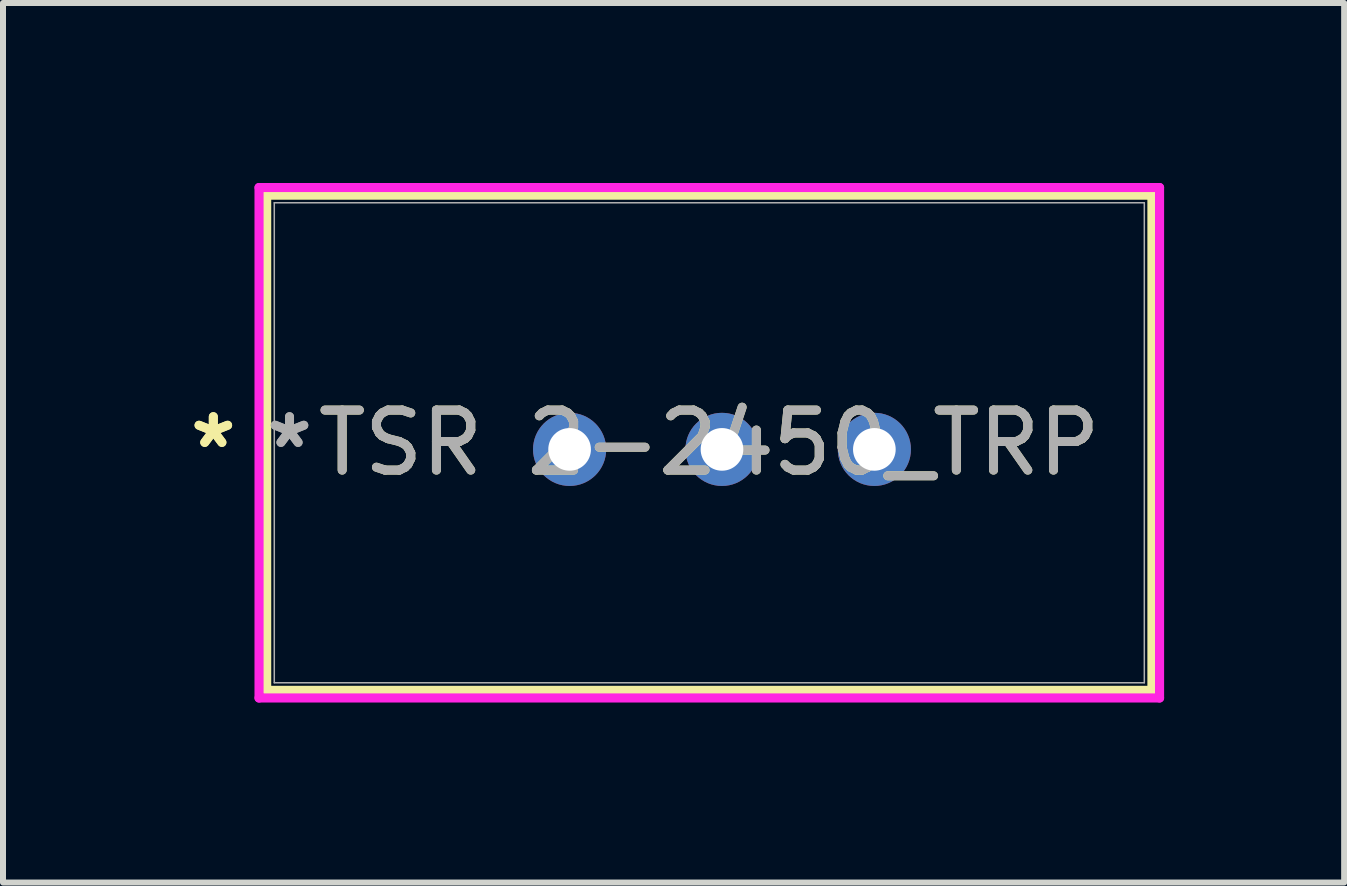
<source format=kicad_pcb>
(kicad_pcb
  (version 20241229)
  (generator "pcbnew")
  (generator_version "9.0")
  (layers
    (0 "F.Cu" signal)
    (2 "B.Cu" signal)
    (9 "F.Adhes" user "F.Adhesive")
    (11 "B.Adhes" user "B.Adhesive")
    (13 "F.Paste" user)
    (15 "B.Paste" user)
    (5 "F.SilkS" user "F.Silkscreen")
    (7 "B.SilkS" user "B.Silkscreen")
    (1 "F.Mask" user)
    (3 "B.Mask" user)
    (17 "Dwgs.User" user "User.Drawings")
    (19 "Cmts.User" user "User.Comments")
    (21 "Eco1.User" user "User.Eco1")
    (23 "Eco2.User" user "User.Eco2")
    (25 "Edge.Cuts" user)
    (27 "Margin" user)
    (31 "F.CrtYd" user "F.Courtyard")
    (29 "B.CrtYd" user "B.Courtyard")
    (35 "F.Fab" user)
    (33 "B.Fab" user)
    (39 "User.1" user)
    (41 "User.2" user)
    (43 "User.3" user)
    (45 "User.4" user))
  (footprint "TSR 2-2450_TRP"
    (layer "F.Cu")
    (at 6.445 4.441)
    (property "Reference" "TSR 2-2450_TRP" (at 2.328 -0.11 0) (unlocked yes) (layer "F.SilkS") (effects (font (size 1 1) (thickness 0.15))))
    (attr through_hole)
    (fp_line (start -5.05 -4.238) (end -5.05 4.017) (stroke (width 0.152) (type solid)) (layer "F.SilkS"))
    (fp_line (start -5.05 4.017) (end 9.707 4.017) (stroke (width 0.152) (type solid)) (layer "F.SilkS"))
    (fp_line (start 9.707 -4.238) (end -5.05 -4.238) (stroke (width 0.152) (type solid)) (layer "F.SilkS"))
    (fp_line (start 9.707 4.017) (end 9.707 -4.238) (stroke (width 0.152) (type solid)) (layer "F.SilkS"))
    (fp_line (start -5.177 -4.365) (end 9.834 -4.365) (stroke (width 0.152) (type solid)) (layer "F.CrtYd"))
    (fp_line (start -5.177 4.144) (end -5.177 -4.365) (stroke (width 0.152) (type solid)) (layer "F.CrtYd"))
    (fp_line (start 9.834 -4.365) (end 9.834 4.144) (stroke (width 0.152) (type solid)) (layer "F.CrtYd"))
    (fp_line (start 9.834 4.144) (end -5.177 4.144) (stroke (width 0.152) (type solid)) (layer "F.CrtYd"))
    (fp_line (start -4.923 -4.111) (end -4.923 3.89) (stroke (width 0.025) (type solid)) (layer "F.Fab"))
    (fp_line (start -4.923 3.89) (end 9.58 3.89) (stroke (width 0.025) (type solid)) (layer "F.Fab"))
    (fp_line (start 9.58 -4.111) (end -4.923 -4.111) (stroke (width 0.025) (type solid)) (layer "F.Fab"))
    (fp_line (start 9.58 3.89) (end 9.58 -4.111) (stroke (width 0.025) (type solid)) (layer "F.Fab"))
    (fp_text user "*" (at -5.939 0 0) (layer "F.SilkS") (effects (font (size 1 1) (thickness 0.15))))
    (fp_text user "*" (at -5.939 0 0) (unlocked yes) (layer "F.SilkS") (effects (font (size 1 1) (thickness 0.15))))
    (fp_text user "*" (at -4.669 0 0) (unlocked yes) (layer "F.Fab") (effects (font (size 1 1) (thickness 0.15))))
    (fp_text user "${REFERENCE}" (at 2.328 -0.11 0) (unlocked yes) (layer "F.Fab") (effects (font (size 1 1) (thickness 0.15))))
    (fp_text user "*" (at -4.669 0 0) (layer "F.Fab") (effects (font (size 1 1) (thickness 0.15))))
    (pad "1" thru_hole circle (at 0 0) (size 1.219 1.219) (drill 0.711) (layers "*.Cu" "*.Mask"))
    (pad "2" thru_hole circle (at 2.54 0) (size 1.219 1.219) (drill 0.711) (layers "*.Cu" "*.Mask"))
    (pad "3" thru_hole circle (at 5.08 0) (size 1.219 1.219) (drill 0.711) (layers "*.Cu" "*.Mask")))
  (gr_rect
    (start -3 -3)
    (end 19.356 11.661)
    (stroke (width 0.1) (type default))
    (fill no)
    (layer "Edge.Cuts")))
</source>
